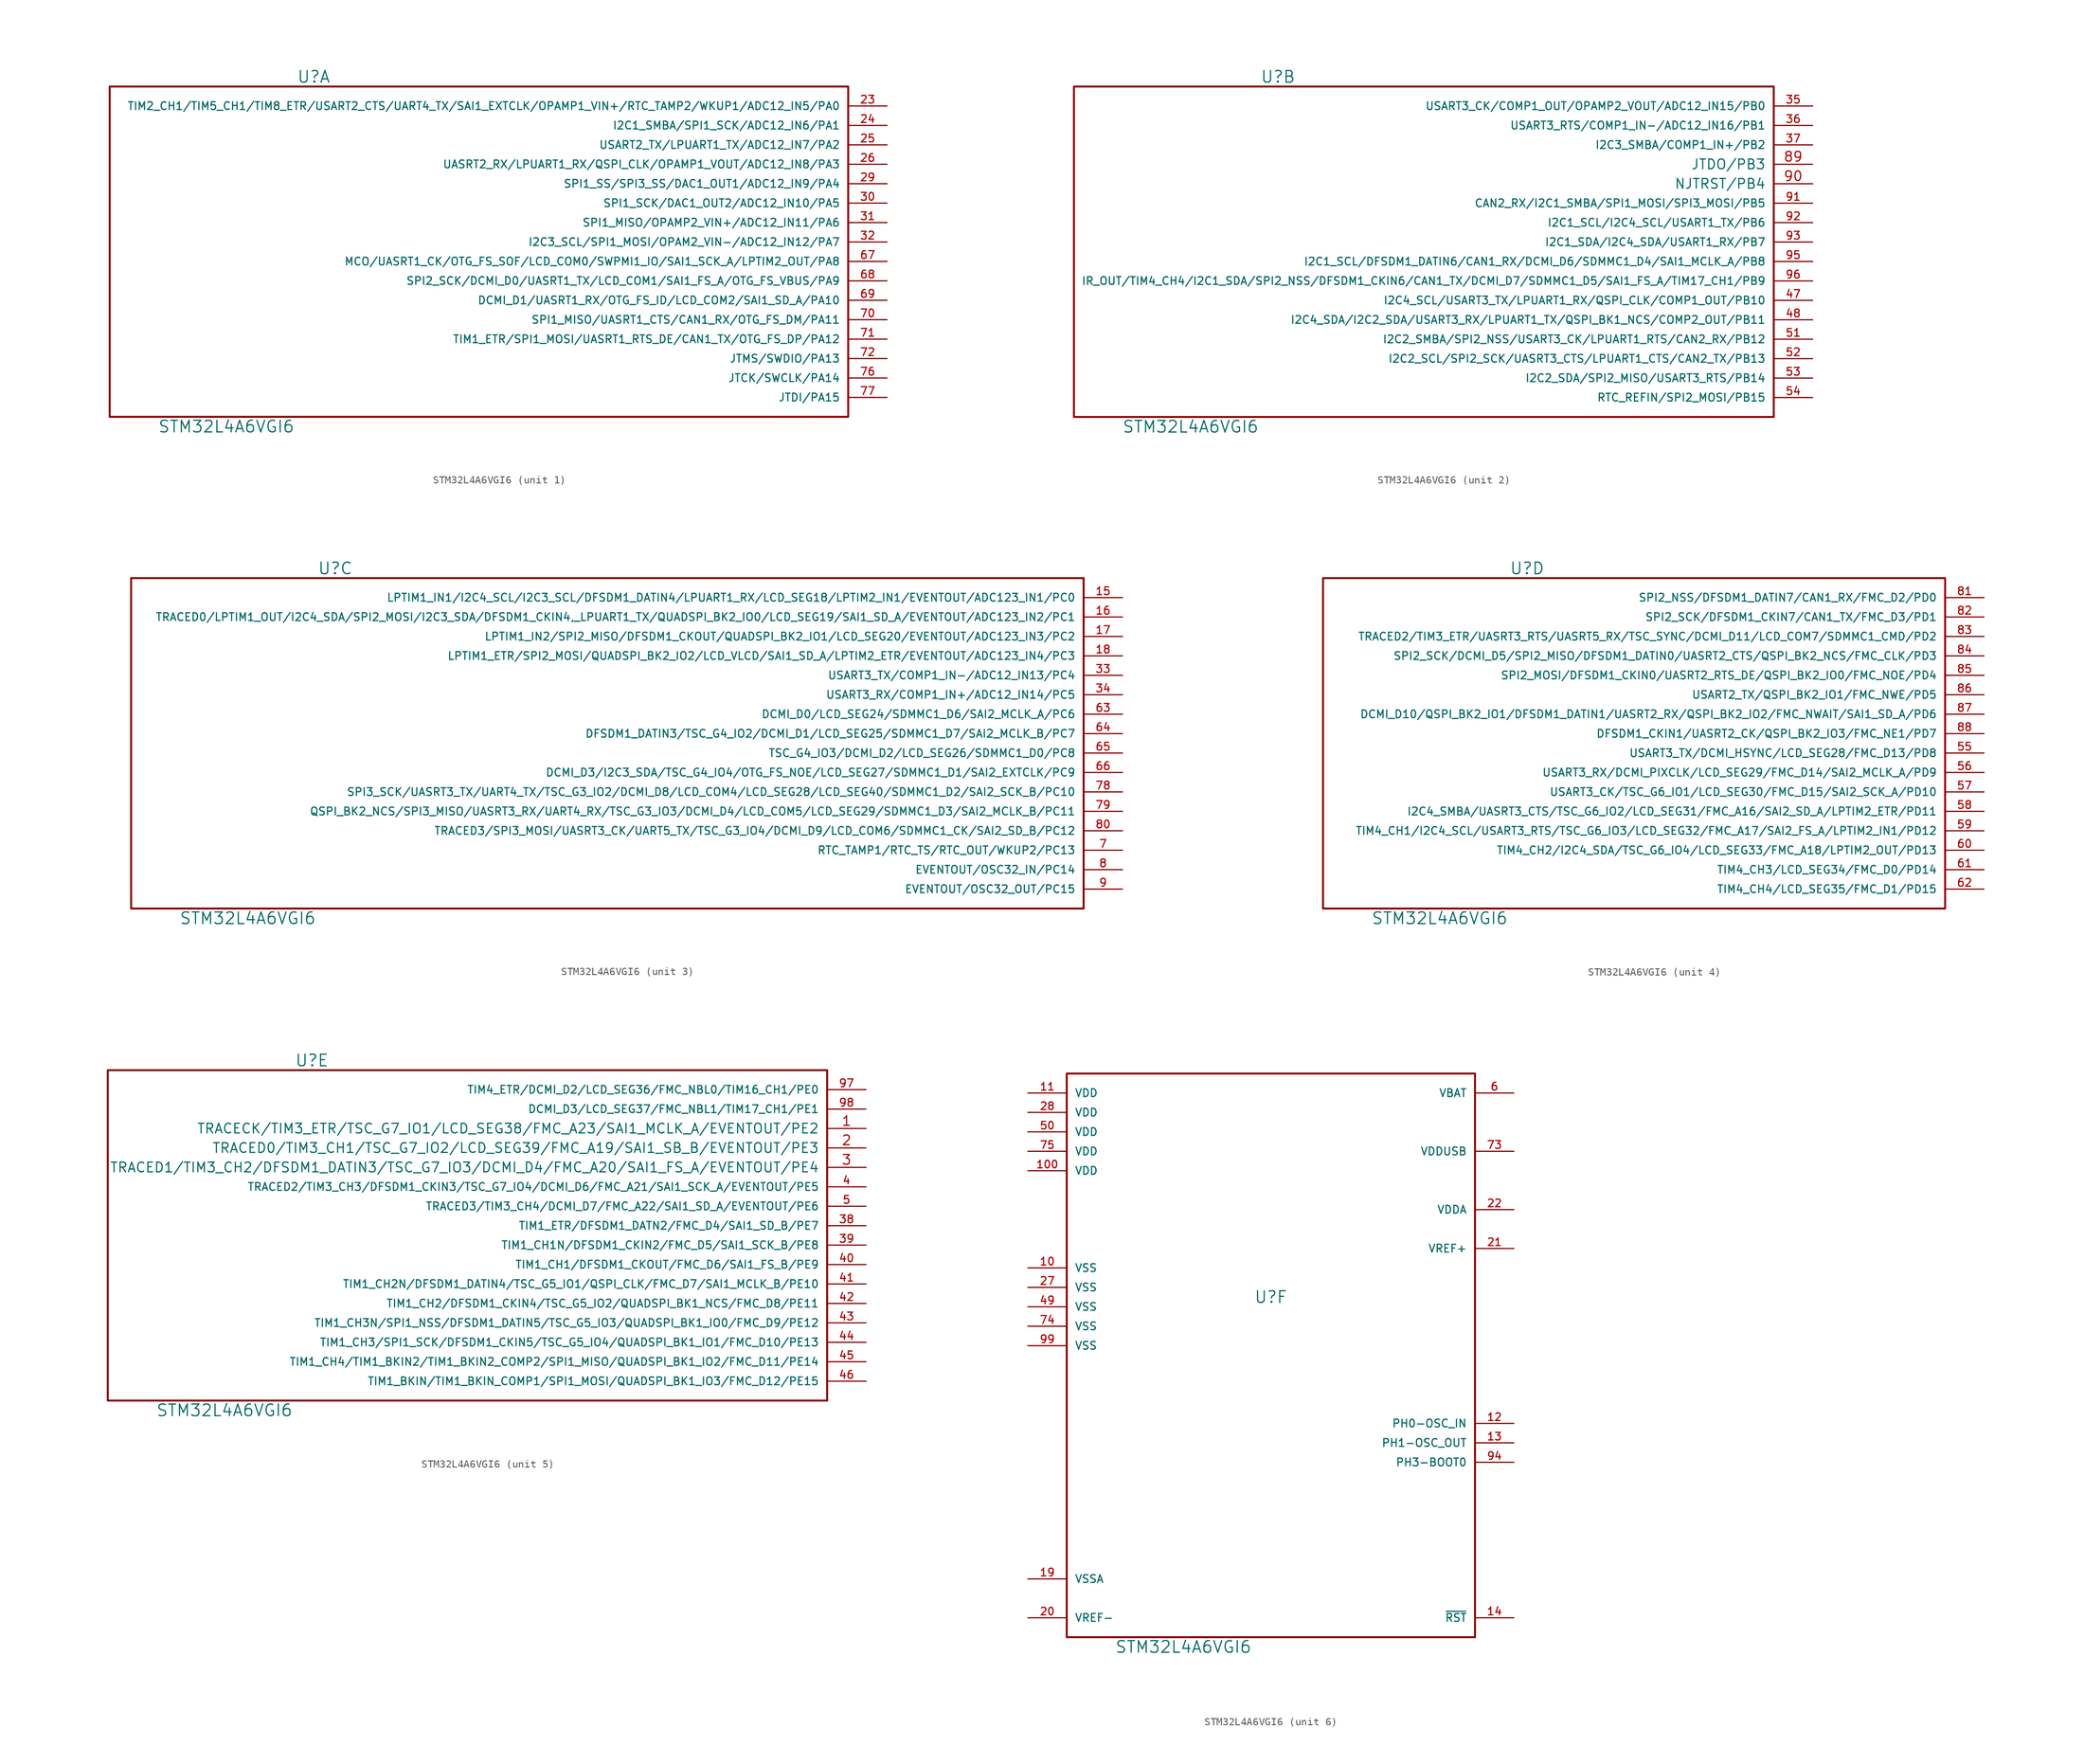
<source format=kicad_sym>
(kicad_symbol_lib
  (version 20220914)
  (generator kicad_symbol_editor)
  (symbol "STM32L4A6VGI6"
    (pin_names
      (offset 1.016))
    (property "Reference" "U"
      (at 26.67 44.45 0)
      (effects (font (size 1.524 1.524))))
    (property "Value" "STM32L4A6VGI6"
      (at 15.24 -1.27 0)
      (effects (font (size 1.524 1.524))))
    (property "ki_locked" ""
      (at 0 0 0)
      (effects (font (size 1.27 1.27))))
    (symbol "STM32L4A6VGI6_1_1"
      (rectangle (start 0 43.18) (end 96.52 0) (stroke (width 0.254) (type solid)) (fill (type none)))
      (pin bidirectional line (at 101.6 40.64 180) (length 5.08) (name "TIM2_CH1/TIM5_CH1/TIM8_ETR/USART2_CTS/UART4_TX/SAI1_EXTCLK/OPAMP1_VIN+/RTC_TAMP2/WKUP1/ADC12_IN5/PA0" (effects (font (size 1.016 1.016)))) (number "23" (effects (font (size 1.016 1.016)))))
      (pin bidirectional line (at 101.6 38.1 180) (length 5.08) (name "I2C1_SMBA/SPI1_SCK/ADC12_IN6/PA1" (effects (font (size 1.016 1.016)))) (number "24" (effects (font (size 1.016 1.016)))))
      (pin bidirectional line (at 101.6 35.56 180) (length 5.08) (name "USART2_TX/LPUART1_TX/ADC12_IN7/PA2" (effects (font (size 1.016 1.016)))) (number "25" (effects (font (size 1.016 1.016)))))
      (pin bidirectional line (at 101.6 33.02 180) (length 5.08) (name "UASRT2_RX/LPUART1_RX/QSPI_CLK/OPAMP1_VOUT/ADC12_IN8/PA3" (effects (font (size 1.016 1.016)))) (number "26" (effects (font (size 1.016 1.016)))))
      (pin bidirectional line (at 101.6 30.48 180) (length 5.08) (name "SPI1_SS/SPI3_SS/DAC1_OUT1/ADC12_IN9/PA4" (effects (font (size 1.016 1.016)))) (number "29" (effects (font (size 1.016 1.016)))))
      (pin bidirectional line (at 101.6 27.94 180) (length 5.08) (name "SPI1_SCK/DAC1_OUT2/ADC12_IN10/PA5" (effects (font (size 1.016 1.016)))) (number "30" (effects (font (size 1.016 1.016)))))
      (pin bidirectional line (at 101.6 25.4 180) (length 5.08) (name "SPI1_MISO/OPAMP2_VIN+/ADC12_IN11/PA6" (effects (font (size 1.016 1.016)))) (number "31" (effects (font (size 1.016 1.016)))))
      (pin bidirectional line (at 101.6 22.86 180) (length 5.08) (name "I2C3_SCL/SPI1_MOSI/OPAM2_VIN-/ADC12_IN12/PA7" (effects (font (size 1.016 1.016)))) (number "32" (effects (font (size 1.016 1.016)))))
      (pin bidirectional line (at 101.6 20.32 180) (length 5.08) (name "MCO/UASRT1_CK/OTG_FS_SOF/LCD_COM0/SWPMI1_IO/SAI1_SCK_A/LPTIM2_OUT/PA8" (effects (font (size 1.016 1.016)))) (number "67" (effects (font (size 1.016 1.016)))))
      (pin bidirectional line (at 101.6 17.78 180) (length 5.08) (name "SPI2_SCK/DCMI_D0/UASRT1_TX/LCD_COM1/SAI1_FS_A/OTG_FS_VBUS/PA9" (effects (font (size 1.016 1.016)))) (number "68" (effects (font (size 1.016 1.016)))))
      (pin bidirectional line (at 101.6 15.24 180) (length 5.08) (name "DCMI_D1/UASRT1_RX/OTG_FS_ID/LCD_COM2/SAI1_SD_A/PA10" (effects (font (size 1.016 1.016)))) (number "69" (effects (font (size 1.016 1.016)))))
      (pin bidirectional line (at 101.6 12.7 180) (length 5.08) (name "SPI1_MISO/UASRT1_CTS/CAN1_RX/OTG_FS_DM/PA11" (effects (font (size 1.016 1.016)))) (number "70" (effects (font (size 1.016 1.016)))))
      (pin bidirectional line (at 101.6 10.16 180) (length 5.08) (name "TIM1_ETR/SPI1_MOSI/UASRT1_RTS_DE/CAN1_TX/OTG_FS_DP/PA12" (effects (font (size 1.016 1.016)))) (number "71" (effects (font (size 1.016 1.016)))))
      (pin bidirectional line (at 101.6 7.62 180) (length 5.08) (name "JTMS/SWDIO/PA13" (effects (font (size 1.016 1.016)))) (number "72" (effects (font (size 1.016 1.016)))))
      (pin bidirectional line (at 101.6 5.08 180) (length 5.08) (name "JTCK/SWCLK/PA14" (effects (font (size 1.016 1.016)))) (number "76" (effects (font (size 1.016 1.016)))))
      (pin bidirectional line (at 101.6 2.54 180) (length 5.08) (name "JTDI/PA15" (effects (font (size 1.016 1.016)))) (number "77" (effects (font (size 1.016 1.016))))))
    (symbol "STM32L4A6VGI6_2_1"
      (rectangle (start 91.44 0) (end 0 43.18) (stroke (width 0.254) (type solid)) (fill (type none)))
      (pin bidirectional line (at 96.52 40.64 180) (length 5.08) (name "USART3_CK/COMP1_OUT/OPAMP2_VOUT/ADC12_IN15/PB0" (effects (font (size 1.016 1.016)))) (number "35" (effects (font (size 1.016 1.016)))))
      (pin bidirectional line (at 96.52 38.1 180) (length 5.08) (name "USART3_RTS/COMP1_IN-/ADC12_IN16/PB1" (effects (font (size 1.016 1.016)))) (number "36" (effects (font (size 1.016 1.016)))))
      (pin bidirectional line (at 96.52 35.56 180) (length 5.08) (name "I2C3_SMBA/COMP1_IN+/PB2" (effects (font (size 1.016 1.016)))) (number "37" (effects (font (size 1.016 1.016)))))
      (pin bidirectional line (at 96.52 15.24 180) (length 5.08) (name "I2C4_SCL/USART3_TX/LPUART1_RX/QSPI_CLK/COMP1_OUT/PB10" (effects (font (size 1.016 1.016)))) (number "47" (effects (font (size 1.016 1.016)))))
      (pin bidirectional line (at 96.52 12.7 180) (length 5.08) (name "I2C4_SDA/I2C2_SDA/USART3_RX/LPUART1_TX/QSPI_BK1_NCS/COMP2_OUT/PB11" (effects (font (size 1.016 1.016)))) (number "48" (effects (font (size 1.016 1.016)))))
      (pin bidirectional line (at 96.52 10.16 180) (length 5.08) (name "I2C2_SMBA/SPI2_NSS/USART3_CK/LPUART1_RTS/CAN2_RX/PB12" (effects (font (size 1.016 1.016)))) (number "51" (effects (font (size 1.016 1.016)))))
      (pin bidirectional line (at 96.52 7.62 180) (length 5.08) (name "I2C2_SCL/SPI2_SCK/UASRT3_CTS/LPUART1_CTS/CAN2_TX/PB13" (effects (font (size 1.016 1.016)))) (number "52" (effects (font (size 1.016 1.016)))))
      (pin bidirectional line (at 96.52 5.08 180) (length 5.08) (name "I2C2_SDA/SPI2_MISO/USART3_RTS/PB14" (effects (font (size 1.016 1.016)))) (number "53" (effects (font (size 1.016 1.016)))))
      (pin bidirectional line (at 96.52 2.54 180) (length 5.08) (name "RTC_REFIN/SPI2_MOSI/PB15" (effects (font (size 1.016 1.016)))) (number "54" (effects (font (size 1.016 1.016)))))
      (pin bidirectional line (at 96.52 33.02 180) (length 5.08) (name "JTDO/PB3" (effects (font (size 1.27 1.27)))) (number "89" (effects (font (size 1.27 1.27)))))
      (pin bidirectional line (at 96.52 30.48 180) (length 5.08) (name "NJTRST/PB4" (effects (font (size 1.27 1.27)))) (number "90" (effects (font (size 1.27 1.27)))))
      (pin bidirectional line (at 96.52 27.94 180) (length 5.08) (name "CAN2_RX/I2C1_SMBA/SPI1_MOSI/SPI3_MOSI/PB5" (effects (font (size 1.016 1.016)))) (number "91" (effects (font (size 1.016 1.016)))))
      (pin bidirectional line (at 96.52 25.4 180) (length 5.08) (name "I2C1_SCL/I2C4_SCL/USART1_TX/PB6" (effects (font (size 1.016 1.016)))) (number "92" (effects (font (size 1.016 1.016)))))
      (pin bidirectional line (at 96.52 22.86 180) (length 5.08) (name "I2C1_SDA/I2C4_SDA/USART1_RX/PB7" (effects (font (size 1.016 1.016)))) (number "93" (effects (font (size 1.016 1.016)))))
      (pin bidirectional line (at 96.52 20.32 180) (length 5.08) (name "I2C1_SCL/DFSDM1_DATIN6/CAN1_RX/DCMI_D6/SDMMC1_D4/SAI1_MCLK_A/PB8" (effects (font (size 1.016 1.016)))) (number "95" (effects (font (size 1.016 1.016)))))
      (pin bidirectional line (at 96.52 17.78 180) (length 5.08) (name "IR_OUT/TIM4_CH4/I2C1_SDA/SPI2_NSS/DFSDM1_CKIN6/CAN1_TX/DCMI_D7/SDMMC1_D5/SAI1_FS_A/TIM17_CH1/PB9" (effects (font (size 1.016 1.016)))) (number "96" (effects (font (size 1.016 1.016))))))
    (symbol "STM32L4A6VGI6_3_1"
      (rectangle (start 124.46 0) (end 0 43.18) (stroke (width 0.254) (type solid)) (fill (type none)))
      (pin bidirectional line (at 129.54 40.64 180) (length 5.08) (name "LPTIM1_IN1/I2C4_SCL/I2C3_SCL/DFSDM1_DATIN4/LPUART1_RX/LCD_SEG18/LPTIM2_IN1/EVENTOUT/ADC123_IN1/PC0" (effects (font (size 1.016 1.016)))) (number "15" (effects (font (size 1.016 1.016)))))
      (pin bidirectional line (at 129.54 38.1 180) (length 5.08) (name "TRACED0/LPTIM1_OUT/I2C4_SDA/SPI2_MOSI/I2C3_SDA/DFSDM1_CKIN4,_LPUART1_TX/QUADSPI_BK2_IO0/LCD_SEG19/SAI1_SD_A/EVENTOUT/ADC123_IN2/PC1" (effects (font (size 1.016 1.016)))) (number "16" (effects (font (size 1.016 1.016)))))
      (pin bidirectional line (at 129.54 35.56 180) (length 5.08) (name "LPTIM1_IN2/SPI2_MISO/DFSDM1_CKOUT/QUADSPI_BK2_IO1/LCD_SEG20/EVENTOUT/ADC123_IN3/PC2" (effects (font (size 1.016 1.016)))) (number "17" (effects (font (size 1.016 1.016)))))
      (pin bidirectional line (at 129.54 33.02 180) (length 5.08) (name "LPTIM1_ETR/SPI2_MOSI/QUADSPI_BK2_IO2/LCD_VLCD/SAI1_SD_A/LPTIM2_ETR/EVENTOUT/ADC123_IN4/PC3" (effects (font (size 1.016 1.016)))) (number "18" (effects (font (size 1.016 1.016)))))
      (pin bidirectional line (at 129.54 30.48 180) (length 5.08) (name "USART3_TX/COMP1_IN-/ADC12_IN13/PC4" (effects (font (size 1.016 1.016)))) (number "33" (effects (font (size 1.016 1.016)))))
      (pin bidirectional line (at 129.54 27.94 180) (length 5.08) (name "USART3_RX/COMP1_IN+/ADC12_IN14/PC5" (effects (font (size 1.016 1.016)))) (number "34" (effects (font (size 1.016 1.016)))))
      (pin bidirectional line (at 129.54 25.4 180) (length 5.08) (name "DCMI_D0/LCD_SEG24/SDMMC1_D6/SAI2_MCLK_A/PC6" (effects (font (size 1.016 1.016)))) (number "63" (effects (font (size 1.016 1.016)))))
      (pin bidirectional line (at 129.54 22.86 180) (length 5.08) (name "DFSDM1_DATIN3/TSC_G4_IO2/DCMI_D1/LCD_SEG25/SDMMC1_D7/SAI2_MCLK_B/PC7" (effects (font (size 1.016 1.016)))) (number "64" (effects (font (size 1.016 1.016)))))
      (pin bidirectional line (at 129.54 20.32 180) (length 5.08) (name "TSC_G4_IO3/DCMI_D2/LCD_SEG26/SDMMC1_D0/PC8" (effects (font (size 1.016 1.016)))) (number "65" (effects (font (size 1.016 1.016)))))
      (pin bidirectional line (at 129.54 17.78 180) (length 5.08) (name "DCMI_D3/I2C3_SDA/TSC_G4_IO4/OTG_FS_NOE/LCD_SEG27/SDMMC1_D1/SAI2_EXTCLK/PC9" (effects (font (size 1.016 1.016)))) (number "66" (effects (font (size 1.016 1.016)))))
      (pin bidirectional line (at 129.54 7.62 180) (length 5.08) (name "RTC_TAMP1/RTC_TS/RTC_OUT/WKUP2/PC13" (effects (font (size 1.016 1.016)))) (number "7" (effects (font (size 1.016 1.016)))))
      (pin bidirectional line (at 129.54 15.24 180) (length 5.08) (name "SPI3_SCK/UASRT3_TX/UART4_TX/TSC_G3_IO2/DCMI_D8/LCD_COM4/LCD_SEG28/LCD_SEG40/SDMMC1_D2/SAI2_SCK_B/PC10" (effects (font (size 1.016 1.016)))) (number "78" (effects (font (size 1.016 1.016)))))
      (pin bidirectional line (at 129.54 12.7 180) (length 5.08) (name "QSPI_BK2_NCS/SPI3_MISO/UASRT3_RX/UART4_RX/TSC_G3_IO3/DCMI_D4/LCD_COM5/LCD_SEG29/SDMMC1_D3/SAI2_MCLK_B/PC11" (effects (font (size 1.016 1.016)))) (number "79" (effects (font (size 1.016 1.016)))))
      (pin bidirectional line (at 129.54 5.08 180) (length 5.08) (name "EVENTOUT/OSC32_IN/PC14" (effects (font (size 1.016 1.016)))) (number "8" (effects (font (size 1.016 1.016)))))
      (pin bidirectional line (at 129.54 10.16 180) (length 5.08) (name "TRACED3/SPI3_MOSI/UASRT3_CK/UART5_TX/TSC_G3_IO4/DCMI_D9/LCD_COM6/SDMMC1_CK/SAI2_SD_B/PC12" (effects (font (size 1.016 1.016)))) (number "80" (effects (font (size 1.016 1.016)))))
      (pin bidirectional line (at 129.54 2.54 180) (length 5.08) (name "EVENTOUT/OSC32_OUT/PC15" (effects (font (size 1.016 1.016)))) (number "9" (effects (font (size 1.016 1.016))))))
    (symbol "STM32L4A6VGI6_4_1"
      (rectangle (start 81.28 0) (end 0 43.18) (stroke (width 0.254) (type solid)) (fill (type none)))
      (pin bidirectional line (at 86.36 20.32 180) (length 5.08) (name "USART3_TX/DCMI_HSYNC/LCD_SEG28/FMC_D13/PD8" (effects (font (size 1.016 1.016)))) (number "55" (effects (font (size 1.016 1.016)))))
      (pin bidirectional line (at 86.36 17.78 180) (length 5.08) (name "USART3_RX/DCMI_PIXCLK/LCD_SEG29/FMC_D14/SAI2_MCLK_A/PD9" (effects (font (size 1.016 1.016)))) (number "56" (effects (font (size 1.016 1.016)))))
      (pin bidirectional line (at 86.36 15.24 180) (length 5.08) (name "USART3_CK/TSC_G6_IO1/LCD_SEG30/FMC_D15/SAI2_SCK_A/PD10" (effects (font (size 1.016 1.016)))) (number "57" (effects (font (size 1.016 1.016)))))
      (pin bidirectional line (at 86.36 12.7 180) (length 5.08) (name "I2C4_SMBA/UASRT3_CTS/TSC_G6_IO2/LCD_SEG31/FMC_A16/SAI2_SD_A/LPTIM2_ETR/PD11" (effects (font (size 1.016 1.016)))) (number "58" (effects (font (size 1.016 1.016)))))
      (pin bidirectional line (at 86.36 10.16 180) (length 5.08) (name "TIM4_CH1/I2C4_SCL/USART3_RTS/TSC_G6_IO3/LCD_SEG32/FMC_A17/SAI2_FS_A/LPTIM2_IN1/PD12" (effects (font (size 1.016 1.016)))) (number "59" (effects (font (size 1.016 1.016)))))
      (pin bidirectional line (at 86.36 7.62 180) (length 5.08) (name "TIM4_CH2/I2C4_SDA/TSC_G6_IO4/LCD_SEG33/FMC_A18/LPTIM2_OUT/PD13" (effects (font (size 1.016 1.016)))) (number "60" (effects (font (size 1.016 1.016)))))
      (pin bidirectional line (at 86.36 5.08 180) (length 5.08) (name "TIM4_CH3/LCD_SEG34/FMC_D0/PD14" (effects (font (size 1.016 1.016)))) (number "61" (effects (font (size 1.016 1.016)))))
      (pin bidirectional line (at 86.36 2.54 180) (length 5.08) (name "TIM4_CH4/LCD_SEG35/FMC_D1/PD15" (effects (font (size 1.016 1.016)))) (number "62" (effects (font (size 1.016 1.016)))))
      (pin bidirectional line (at 86.36 40.64 180) (length 5.08) (name "SPI2_NSS/DFSDM1_DATIN7/CAN1_RX/FMC_D2/PD0" (effects (font (size 1.016 1.016)))) (number "81" (effects (font (size 1.016 1.016)))))
      (pin bidirectional line (at 86.36 38.1 180) (length 5.08) (name "SPI2_SCK/DFSDM1_CKIN7/CAN1_TX/FMC_D3/PD1" (effects (font (size 1.016 1.016)))) (number "82" (effects (font (size 1.016 1.016)))))
      (pin bidirectional line (at 86.36 35.56 180) (length 5.08) (name "TRACED2/TIM3_ETR/UASRT3_RTS/UASRT5_RX/TSC_SYNC/DCMI_D11/LCD_COM7/SDMMC1_CMD/PD2" (effects (font (size 1.016 1.016)))) (number "83" (effects (font (size 1.016 1.016)))))
      (pin bidirectional line (at 86.36 33.02 180) (length 5.08) (name "SPI2_SCK/DCMI_D5/SPI2_MISO/DFSDM1_DATIN0/UASRT2_CTS/QSPI_BK2_NCS/FMC_CLK/PD3" (effects (font (size 1.016 1.016)))) (number "84" (effects (font (size 1.016 1.016)))))
      (pin bidirectional line (at 86.36 30.48 180) (length 5.08) (name "SPI2_MOSI/DFSDM1_CKIN0/UASRT2_RTS_DE/QSPI_BK2_IO0/FMC_NOE/PD4" (effects (font (size 1.016 1.016)))) (number "85" (effects (font (size 1.016 1.016)))))
      (pin bidirectional line (at 86.36 27.94 180) (length 5.08) (name "USART2_TX/QSPI_BK2_IO1/FMC_NWE/PD5" (effects (font (size 1.016 1.016)))) (number "86" (effects (font (size 1.016 1.016)))))
      (pin bidirectional line (at 86.36 25.4 180) (length 5.08) (name "DCMI_D10/QSPI_BK2_IO1/DFSDM1_DATIN1/UASRT2_RX/QSPI_BK2_IO2/FMC_NWAIT/SAI1_SD_A/PD6" (effects (font (size 1.016 1.016)))) (number "87" (effects (font (size 1.016 1.016)))))
      (pin bidirectional line (at 86.36 22.86 180) (length 5.08) (name "DFSDM1_CKIN1/UASRT2_CK/QSPI_BK2_IO3/FMC_NE1/PD7" (effects (font (size 1.016 1.016)))) (number "88" (effects (font (size 1.016 1.016))))))
    (symbol "STM32L4A6VGI6_5_1"
      (rectangle (start 0 43.18) (end 93.98 0) (stroke (width 0.254) (type solid)) (fill (type none)))
      (pin bidirectional line (at 99.06 35.56 180) (length 5.08) (name "TRACECK/TIM3_ETR/TSC_G7_IO1/LCD_SEG38/FMC_A23/SAI1_MCLK_A/EVENTOUT/PE2" (effects (font (size 1.27 1.27)))) (number "1" (effects (font (size 1.27 1.27)))))
      (pin bidirectional line (at 99.06 33.02 180) (length 5.08) (name "TRACED0/TIM3_CH1/TSC_G7_IO2/LCD_SEG39/FMC_A19/SAI1_SB_B/EVENTOUT/PE3" (effects (font (size 1.27 1.27)))) (number "2" (effects (font (size 1.27 1.27)))))
      (pin bidirectional line (at 99.06 30.48 180) (length 5.08) (name "TRACED1/TIM3_CH2/DFSDM1_DATIN3/TSC_G7_IO3/DCMI_D4/FMC_A20/SAI1_FS_A/EVENTOUT/PE4" (effects (font (size 1.27 1.27)))) (number "3" (effects (font (size 1.27 1.27)))))
      (pin bidirectional line (at 99.06 22.86 180) (length 5.08) (name "TIM1_ETR/DFSDM1_DATN2/FMC_D4/SAI1_SD_B/PE7" (effects (font (size 1.016 1.016)))) (number "38" (effects (font (size 1.016 1.016)))))
      (pin bidirectional line (at 99.06 20.32 180) (length 5.08) (name "TIM1_CH1N/DFSDM1_CKIN2/FMC_D5/SAI1_SCK_B/PE8" (effects (font (size 1.016 1.016)))) (number "39" (effects (font (size 1.016 1.016)))))
      (pin bidirectional line (at 99.06 27.94 180) (length 5.08) (name "TRACED2/TIM3_CH3/DFSDM1_CKIN3/TSC_G7_IO4/DCMI_D6/FMC_A21/SAI1_SCK_A/EVENTOUT/PE5" (effects (font (size 1.016 1.016)))) (number "4" (effects (font (size 1.016 1.016)))))
      (pin bidirectional line (at 99.06 17.78 180) (length 5.08) (name "TIM1_CH1/DFSDM1_CKOUT/FMC_D6/SAI1_FS_B/PE9" (effects (font (size 1.016 1.016)))) (number "40" (effects (font (size 1.016 1.016)))))
      (pin bidirectional line (at 99.06 15.24 180) (length 5.08) (name "TIM1_CH2N/DFSDM1_DATIN4/TSC_G5_IO1/QSPI_CLK/FMC_D7/SAI1_MCLK_B/PE10" (effects (font (size 1.016 1.016)))) (number "41" (effects (font (size 1.016 1.016)))))
      (pin bidirectional line (at 99.06 12.7 180) (length 5.08) (name "TIM1_CH2/DFSDM1_CKIN4/TSC_G5_IO2/QUADSPI_BK1_NCS/FMC_D8/PE11" (effects (font (size 1.016 1.016)))) (number "42" (effects (font (size 1.016 1.016)))))
      (pin bidirectional line (at 99.06 10.16 180) (length 5.08) (name "TIM1_CH3N/SPI1_NSS/DFSDM1_DATIN5/TSC_G5_IO3/QUADSPI_BK1_IO0/FMC_D9/PE12" (effects (font (size 1.016 1.016)))) (number "43" (effects (font (size 1.016 1.016)))))
      (pin bidirectional line (at 99.06 7.62 180) (length 5.08) (name "TIM1_CH3/SPI1_SCK/DFSDM1_CKIN5/TSC_G5_IO4/QUADSPI_BK1_IO1/FMC_D10/PE13" (effects (font (size 1.016 1.016)))) (number "44" (effects (font (size 1.016 1.016)))))
      (pin bidirectional line (at 99.06 5.08 180) (length 5.08) (name "TIM1_CH4/TIM1_BKIN2/TIM1_BKIN2_COMP2/SPI1_MISO/QUADSPI_BK1_IO2/FMC_D11/PE14" (effects (font (size 1.016 1.016)))) (number "45" (effects (font (size 1.016 1.016)))))
      (pin bidirectional line (at 99.06 2.54 180) (length 5.08) (name "TIM1_BKIN/TIM1_BKIN_COMP1/SPI1_MOSI/QUADSPI_BK1_IO3/FMC_D12/PE15" (effects (font (size 1.016 1.016)))) (number "46" (effects (font (size 1.016 1.016)))))
      (pin bidirectional line (at 99.06 25.4 180) (length 5.08) (name "TRACED3/TIM3_CH4/DCMI_D7/FMC_A22/SAI1_SD_A/EVENTOUT/PE6" (effects (font (size 1.016 1.016)))) (number "5" (effects (font (size 1.016 1.016)))))
      (pin bidirectional line (at 99.06 40.64 180) (length 5.08) (name "TIM4_ETR/DCMI_D2/LCD_SEG36/FMC_NBL0/TIM16_CH1/PE0" (effects (font (size 1.016 1.016)))) (number "97" (effects (font (size 1.016 1.016)))))
      (pin bidirectional line (at 99.06 38.1 180) (length 5.08) (name "DCMI_D3/LCD_SEG37/FMC_NBL1/TIM17_CH1/PE1" (effects (font (size 1.016 1.016)))) (number "98" (effects (font (size 1.016 1.016))))))
    (symbol "STM32L4A6VGI6_6_1"
      (rectangle (start 0 73.66) (end 53.34 0) (stroke (width 0.254) (type solid)) (fill (type none)))
      (pin power_in line (at -5.08 48.26 0) (length 5.08) (name "VSS" (effects (font (size 1.016 1.016)))) (number "10" (effects (font (size 1.016 1.016)))))
      (pin power_in line (at -5.08 60.96 0) (length 5.08) (name "VDD" (effects (font (size 1.016 1.016)))) (number "100" (effects (font (size 0.991 0.991)))))
      (pin power_in line (at -5.08 71.12 0) (length 5.08) (name "VDD" (effects (font (size 1.016 1.016)))) (number "11" (effects (font (size 0.991 0.991)))))
      (pin input line (at 58.42 27.94 180) (length 5.08) (name "PH0-OSC_IN" (effects (font (size 1.016 1.016)))) (number "12" (effects (font (size 0.991 0.991)))))
      (pin output line (at 58.42 25.4 180) (length 5.08) (name "PH1-OSC_OUT" (effects (font (size 1.016 1.016)))) (number "13" (effects (font (size 0.991 0.991)))))
      (pin bidirectional line (at 58.42 2.54 180) (length 5.08) (name "~{RST}" (effects (font (size 1.016 1.016)))) (number "14" (effects (font (size 1.016 1.016)))))
      (pin power_in line (at -5.08 7.62 0) (length 5.08) (name "VSSA" (effects (font (size 1.016 1.016)))) (number "19" (effects (font (size 1.016 1.016)))))
      (pin power_in line (at -5.08 2.54 0) (length 5.08) (name "VREF-" (effects (font (size 1.016 1.016)))) (number "20" (effects (font (size 0.991 0.991)))))
      (pin power_in line (at 58.42 50.8 180) (length 5.08) (name "VREF+" (effects (font (size 1.016 1.016)))) (number "21" (effects (font (size 0.991 0.991)))))
      (pin power_in line (at 58.42 55.88 180) (length 5.08) (name "VDDA" (effects (font (size 1.016 1.016)))) (number "22" (effects (font (size 0.991 0.991)))))
      (pin power_in line (at -5.08 45.72 0) (length 5.08) (name "VSS" (effects (font (size 1.016 1.016)))) (number "27" (effects (font (size 1.016 1.016)))))
      (pin power_in line (at -5.08 68.58 0) (length 5.08) (name "VDD" (effects (font (size 1.016 1.016)))) (number "28" (effects (font (size 0.991 0.991)))))
      (pin power_in line (at -5.08 43.18 0) (length 5.08) (name "VSS" (effects (font (size 1.016 1.016)))) (number "49" (effects (font (size 1.016 1.016)))))
      (pin power_in line (at -5.08 66.04 0) (length 5.08) (name "VDD" (effects (font (size 1.016 1.016)))) (number "50" (effects (font (size 0.991 0.991)))))
      (pin power_in line (at 58.42 71.12 180) (length 5.08) (name "VBAT" (effects (font (size 1.016 1.016)))) (number "6" (effects (font (size 1.016 1.016)))))
      (pin power_in line (at 58.42 63.5 180) (length 5.08) (name "VDDUSB" (effects (font (size 1.016 1.016)))) (number "73" (effects (font (size 1.016 1.016)))))
      (pin power_in line (at -5.08 40.64 0) (length 5.08) (name "VSS" (effects (font (size 1.016 1.016)))) (number "74" (effects (font (size 1.016 1.016)))))
      (pin power_in line (at -5.08 63.5 0) (length 5.08) (name "VDD" (effects (font (size 1.016 1.016)))) (number "75" (effects (font (size 0.991 0.991)))))
      (pin input line (at 58.42 22.86 180) (length 5.08) (name "PH3-BOOT0" (effects (font (size 1.016 1.016)))) (number "94" (effects (font (size 0.991 0.991)))))
      (pin power_in line (at -5.08 38.1 0) (length 5.08) (name "VSS" (effects (font (size 1.016 1.016)))) (number "99" (effects (font (size 1.016 1.016))))))))
</source>
